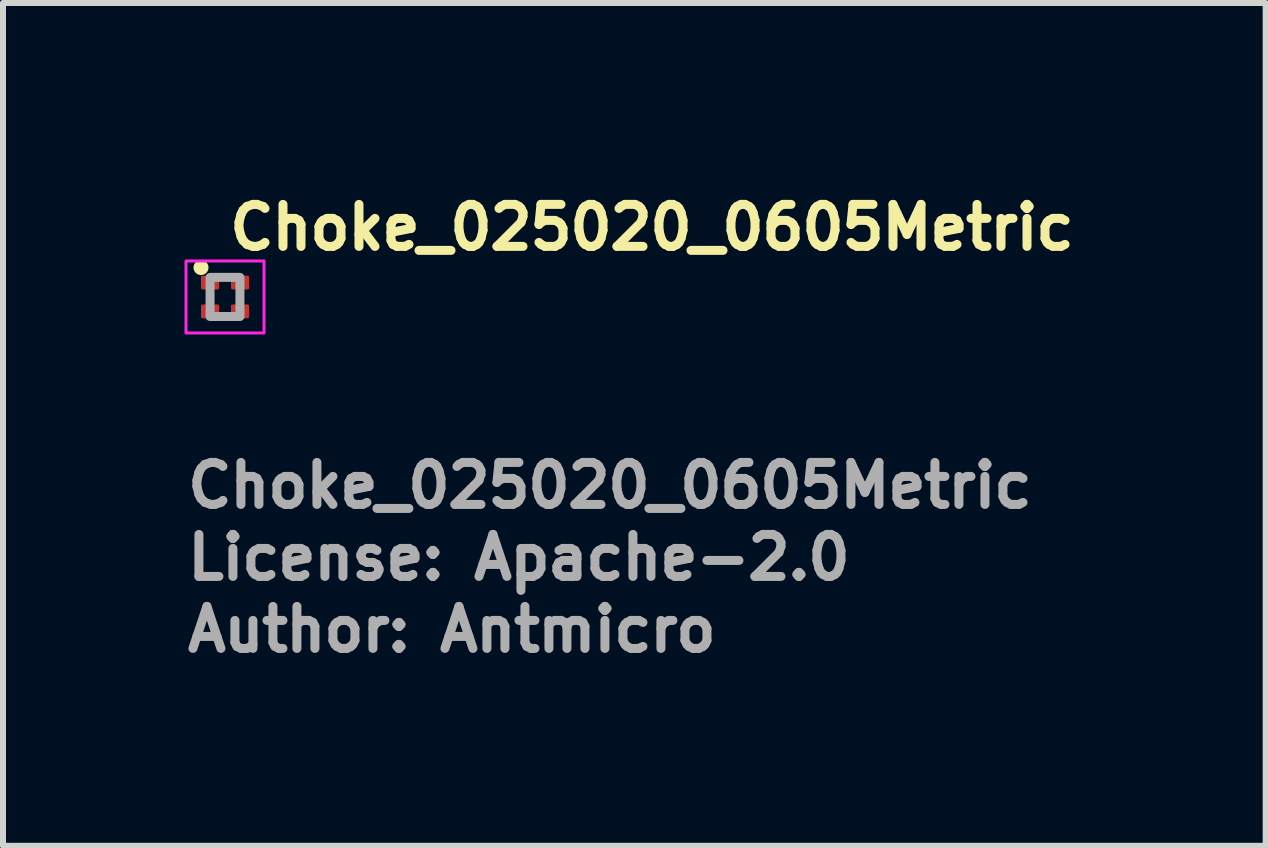
<source format=kicad_pcb>
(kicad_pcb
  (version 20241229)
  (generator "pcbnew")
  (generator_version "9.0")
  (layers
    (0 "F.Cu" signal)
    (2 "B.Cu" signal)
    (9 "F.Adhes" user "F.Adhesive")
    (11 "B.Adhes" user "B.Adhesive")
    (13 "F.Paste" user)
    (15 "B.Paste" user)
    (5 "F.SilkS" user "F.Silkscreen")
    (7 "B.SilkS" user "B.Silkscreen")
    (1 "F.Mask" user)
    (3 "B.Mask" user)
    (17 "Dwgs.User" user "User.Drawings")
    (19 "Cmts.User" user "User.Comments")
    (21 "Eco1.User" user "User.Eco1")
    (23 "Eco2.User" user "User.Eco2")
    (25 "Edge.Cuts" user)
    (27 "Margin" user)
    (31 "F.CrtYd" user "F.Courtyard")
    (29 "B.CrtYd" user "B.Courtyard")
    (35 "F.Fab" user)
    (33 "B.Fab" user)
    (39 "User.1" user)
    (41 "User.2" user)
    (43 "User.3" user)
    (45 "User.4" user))
  (footprint "Choke_025020_0605Metric"
    (layer "F.Cu")
    (at 0.7 1.899)
    (property "Reference" "Choke_025020_0605Metric" (at 0.001 -0.749 0) (layer "F.SilkS") (effects (font (size 0.7 0.7) (thickness 0.15)) (justify left bottom)))
    (attr smd)
    (fp_circle (center -0.4 -0.49) (end -0.35 -0.49) (stroke (width 0.15) (type solid)) (fill yes) (layer "F.SilkS"))
    (fp_rect (start -0.65 -0.6) (end 0.65 0.6) (stroke (width 0.05) (type solid)) (fill no) (layer "F.CrtYd"))
    (fp_rect (start -0.249 -0.326) (end 0.249 0.326) (stroke (width 0.15) (type solid)) (fill no) (layer "F.Fab"))
    (fp_rect (start -0.249 -0.326) (end 0.249 0.326) (stroke (width 0.1) (type solid)) (fill no) (layer "User.5"))
    (fp_line (start -0.249 -0.326) (end -0.249 0.326) (stroke (width 0.02) (type solid)) (layer "User.9"))
    (fp_line (start -0.249 -0.326) (end 0.249 -0.326) (stroke (width 0.02) (type solid)) (layer "User.9"))
    (fp_line (start -0.249 -0.324) (end -0.249 -0.275) (stroke (width 0.02) (type solid)) (layer "User.9"))
    (fp_line (start -0.249 0.324) (end -0.249 0.275) (stroke (width 0.02) (type solid)) (layer "User.9"))
    (fp_line (start -0.249 0.326) (end 0.249 0.326) (stroke (width 0.02) (type solid)) (layer "User.9"))
    (fp_line (start -0.248 -0.326) (end -0.2 -0.326) (stroke (width 0.02) (type solid)) (layer "User.9"))
    (fp_line (start -0.248 0.326) (end -0.2 0.326) (stroke (width 0.02) (type solid)) (layer "User.9"))
    (fp_line (start 0.248 -0.326) (end 0.2 -0.326) (stroke (width 0.02) (type solid)) (layer "User.9"))
    (fp_line (start 0.248 0.326) (end 0.2 0.326) (stroke (width 0.02) (type solid)) (layer "User.9"))
    (fp_line (start 0.249 -0.324) (end 0.249 -0.275) (stroke (width 0.02) (type solid)) (layer "User.9"))
    (fp_line (start 0.249 0.324) (end 0.249 0.275) (stroke (width 0.02) (type solid)) (layer "User.9"))
    (fp_line (start 0.249 0.326) (end 0.249 -0.326) (stroke (width 0.02) (type solid)) (layer "User.9"))
    (fp_text user "Author: Antmicro" (at -0.7 5.951 0) (layer "F.Fab") (effects (font (size 0.7 0.7) (thickness 0.15)) (justify left bottom)))
    (fp_text user "${REFERENCE}" (at -0.7 3.551 0) (layer "F.Fab") (effects (font (size 0.7 0.7) (thickness 0.15)) (justify left bottom)))
    (fp_text user "License: Apache-2.0" (at -0.7 4.751 0) (layer "F.Fab") (effects (font (size 0.7 0.7) (thickness 0.15)) (justify left bottom)))
    (pad "1" smd roundrect (at -0.25 -0.24) (size 0.3 0.23) (layers "F.Cu" "F.Mask" "F.Paste") (roundrect_rratio 0.1))
    (pad "2" smd roundrect (at 0.25 -0.24) (size 0.3 0.23) (layers "F.Cu" "F.Mask" "F.Paste") (roundrect_rratio 0.1))
    (pad "3" smd roundrect (at 0.25 0.24) (size 0.3 0.23) (layers "F.Cu" "F.Mask" "F.Paste") (roundrect_rratio 0.1))
    (pad "4" smd roundrect (at -0.25 0.24) (size 0.3 0.23) (layers "F.Cu" "F.Mask" "F.Paste") (roundrect_rratio 0.1)))
  (gr_rect
    (start -3 -3)
    (end 18.044 11.046)
    (stroke (width 0.1) (type default))
    (fill no)
    (layer "Edge.Cuts")))
</source>
